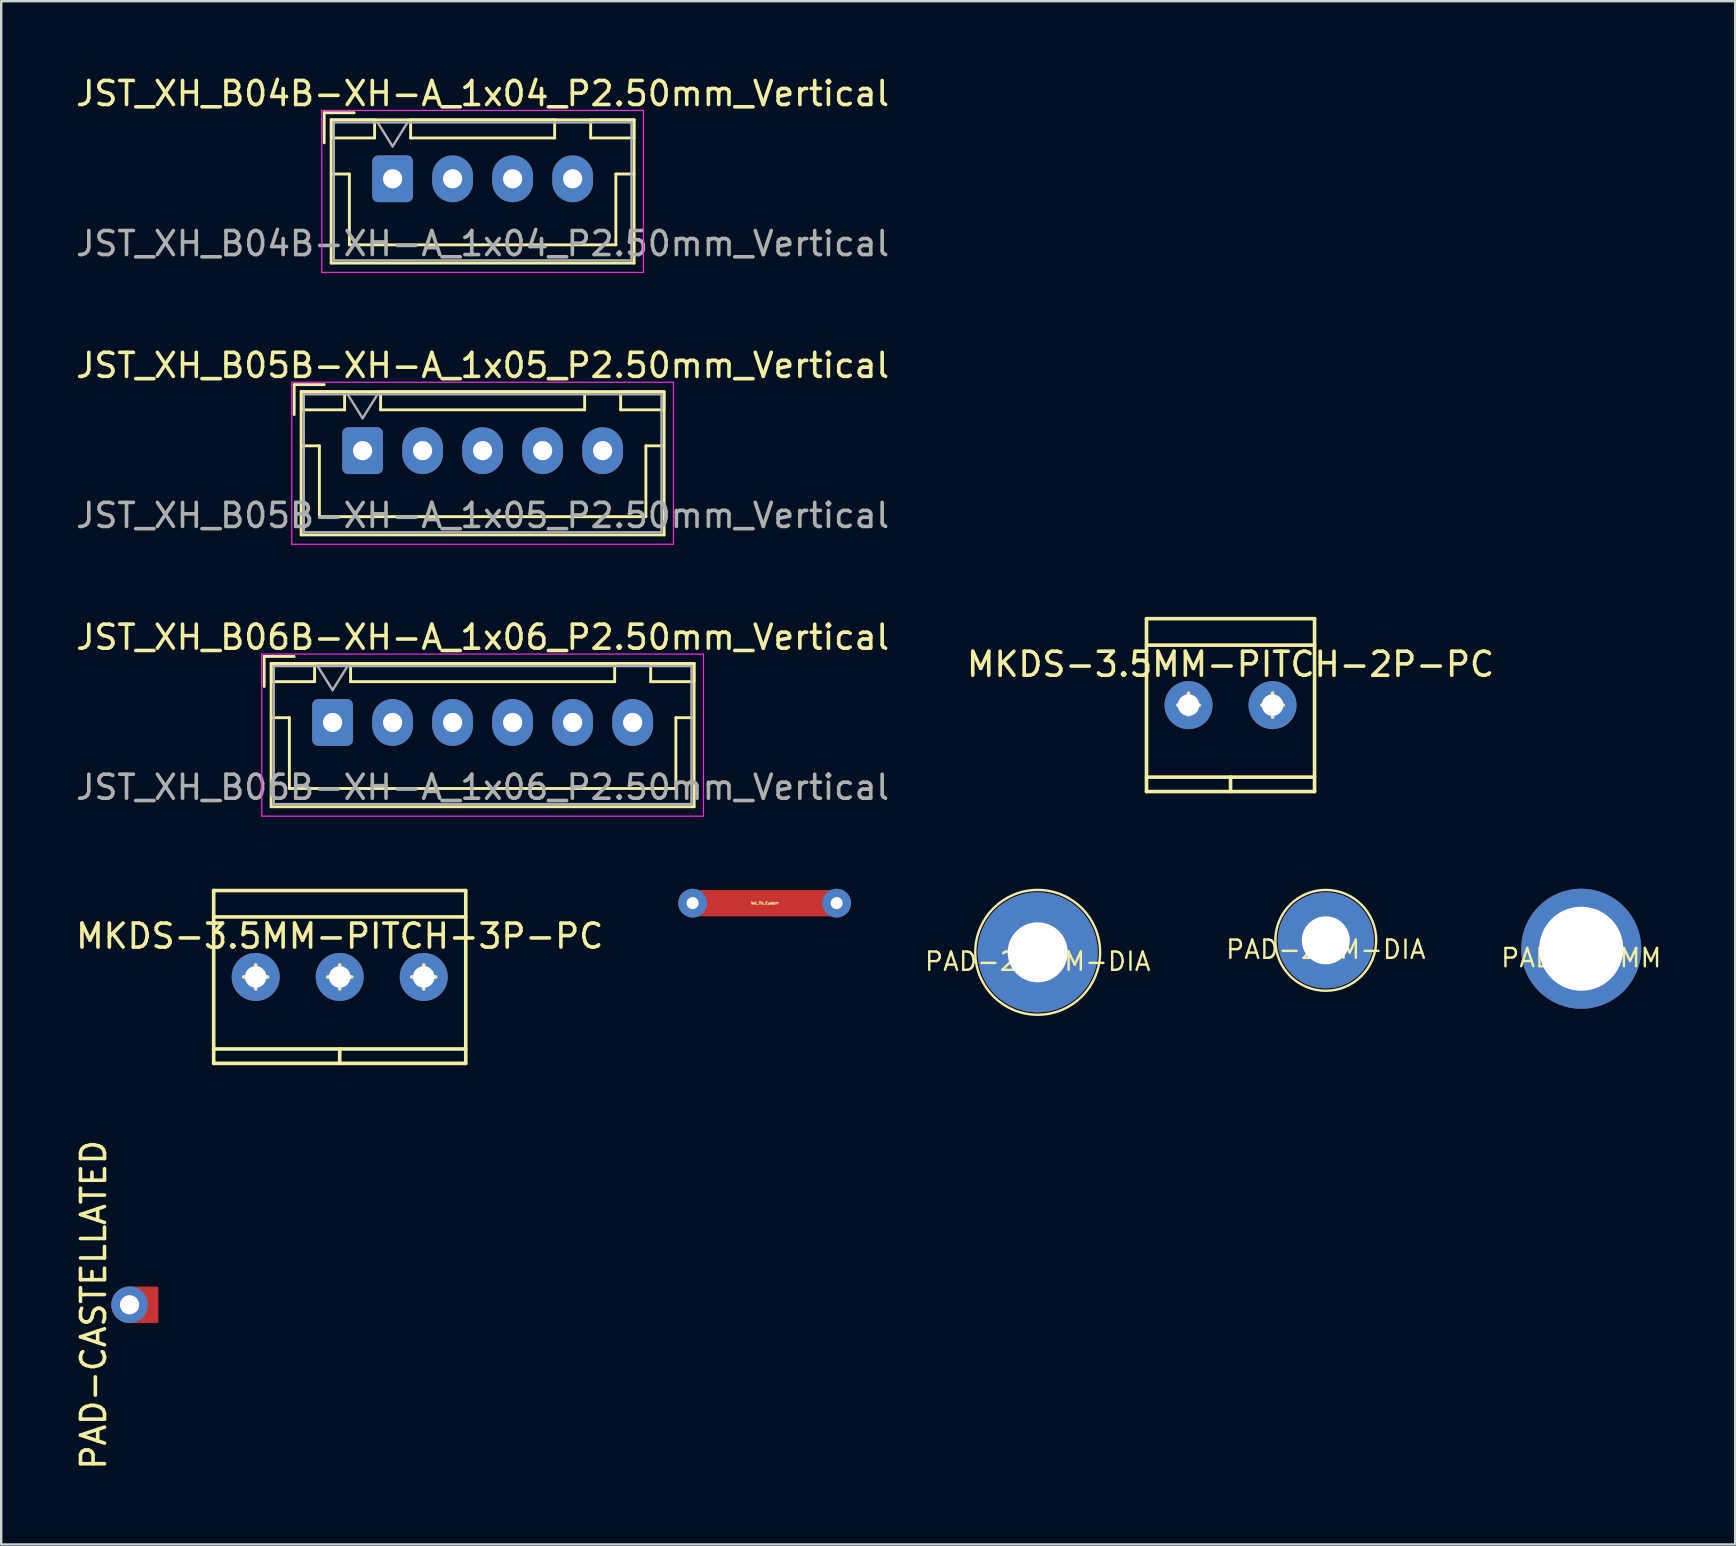
<source format=kicad_pcb>
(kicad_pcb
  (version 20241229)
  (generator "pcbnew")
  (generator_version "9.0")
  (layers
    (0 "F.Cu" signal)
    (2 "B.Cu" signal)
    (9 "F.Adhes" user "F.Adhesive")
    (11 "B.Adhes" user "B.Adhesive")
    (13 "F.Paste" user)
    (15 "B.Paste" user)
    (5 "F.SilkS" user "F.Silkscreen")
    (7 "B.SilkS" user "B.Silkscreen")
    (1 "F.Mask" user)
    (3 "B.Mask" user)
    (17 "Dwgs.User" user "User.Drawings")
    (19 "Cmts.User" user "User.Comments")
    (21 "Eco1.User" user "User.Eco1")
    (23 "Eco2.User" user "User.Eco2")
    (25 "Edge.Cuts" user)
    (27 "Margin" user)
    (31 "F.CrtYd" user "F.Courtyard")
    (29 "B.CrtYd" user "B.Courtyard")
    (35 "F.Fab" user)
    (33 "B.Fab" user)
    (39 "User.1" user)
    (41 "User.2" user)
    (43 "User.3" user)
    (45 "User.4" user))
  (footprint "Net_Tie_Custom"
    (layer "F.Cu")
    (at 28.802 34.57)
    (property "Reference" "Net_Tie_Custom" (at 0 0 0) (layer "F.SilkS") (effects (font (size 0.1 0.1) (thickness 0.025))))
    (attr through_hole)
    (fp_poly (pts (xy 3 0.5) (xy -3 0.5) (xy -3 -0.5) (xy 3 -0.5)) (stroke (width 0.1) (type solid)) (fill yes) (layer "F.Cu"))
    (pad "1" thru_hole circle (at -3 0) (size 1.2 1.2) (drill 0.5) (layers "*.Cu" "*.Mask"))
    (pad "2" thru_hole circle (at 3 0) (size 1.2 1.2) (drill 0.5) (layers "*.Cu" "*.Mask")))
  (footprint "PAD-3.5MM"
    (layer "F.Cu")
    (at 62.817 36.47)
    (property "Reference" "PAD-3.5MM" (at 0 0.381 0) (layer "F.SilkS") (effects (font (size 0.762 0.762) (thickness 0.1))))
    (attr through_hole)
    (pad "1" thru_hole circle (at 0 0) (size 5 5) (drill 3.5) (layers "*.Cu" "*.Mask")))
  (footprint "MKDS-3.5MM-PITCH-3P-PC"
    (layer "F.Cu")
    (at 11.101 37.645)
    (property "Reference" "MKDS-3.5MM-PITCH-3P-PC" (at 0 -1.7 0) (layer "F.SilkS") (effects (font (size 1 1) (thickness 0.15))))
    (attr through_hole)
    (fp_line (start -5.25 -3.6) (end 5.25 -3.6) (stroke (width 0.15) (type solid)) (layer "F.SilkS"))
    (fp_line (start -5.25 -2.5) (end 5.25 -2.5) (stroke (width 0.15) (type solid)) (layer "F.SilkS"))
    (fp_line (start -5.25 3) (end 5.25 3) (stroke (width 0.15) (type solid)) (layer "F.SilkS"))
    (fp_line (start -5.25 3.6) (end -5.25 -3.6) (stroke (width 0.15) (type solid)) (layer "F.SilkS"))
    (fp_line (start -4 0) (end -3 0) (stroke (width 0.15) (type solid)) (layer "F.SilkS"))
    (fp_line (start -3.5 -0.5) (end -3.5 0.5) (stroke (width 0.15) (type solid)) (layer "F.SilkS"))
    (fp_line (start -0.5 0) (end 0.5 0) (stroke (width 0.15) (type solid)) (layer "F.SilkS"))
    (fp_line (start 0 -0.5) (end 0 0.5) (stroke (width 0.15) (type solid)) (layer "F.SilkS"))
    (fp_line (start 0 3) (end 0 3.6) (stroke (width 0.15) (type solid)) (layer "F.SilkS"))
    (fp_line (start 3 0) (end 4 0) (stroke (width 0.15) (type solid)) (layer "F.SilkS"))
    (fp_line (start 3.5 -0.5) (end 3.5 0.5) (stroke (width 0.15) (type solid)) (layer "F.SilkS"))
    (fp_line (start 5.25 -3.6) (end 5.25 3.6) (stroke (width 0.15) (type solid)) (layer "F.SilkS"))
    (fp_line (start 5.25 3.6) (end -5.25 3.6) (stroke (width 0.15) (type solid)) (layer "F.SilkS"))
    (pad "1" thru_hole circle (at -3.5 0) (size 2 2) (drill 0.9) (layers "*.Cu" "*.Mask"))
    (pad "2" thru_hole circle (at 0 0) (size 2 2) (drill 0.9) (layers "*.Cu" "*.Mask"))
    (pad "3" thru_hole circle (at 3.5 0) (size 2 2) (drill 0.9) (layers "*.Cu" "*.Mask")))
  (footprint "PAD-2.5MM-DIA"
    (layer "F.Cu")
    (at 40.175 36.62)
    (property "Reference" "PAD-2.5MM-DIA" (at 0 0.381 0) (layer "F.SilkS") (effects (font (size 0.762 0.762) (thickness 0.1))))
    (attr through_hole)
    (fp_circle (center 0 0) (end 2.6 0) (stroke (width 0.1) (type solid)) (fill no) (layer "F.SilkS"))
    (pad "" thru_hole circle (at 0 0) (size 5 5) (drill 2.5) (layers "*.Cu" "*.Mask")))
  (footprint "MKDS-3.5MM-PITCH-2P-PC"
    (layer "F.Cu")
    (at 48.208 26.322)
    (property "Reference" "MKDS-3.5MM-PITCH-2P-PC" (at 0 -1.7 0) (layer "F.SilkS") (effects (font (size 1 1) (thickness 0.15))))
    (attr through_hole)
    (fp_line (start -3.5 -3.6) (end 3.5 -3.6) (stroke (width 0.15) (type solid)) (layer "F.SilkS"))
    (fp_line (start -3.5 -2.5) (end 3.5 -2.5) (stroke (width 0.15) (type solid)) (layer "F.SilkS"))
    (fp_line (start -3.5 3.6) (end -3.5 -3.6) (stroke (width 0.15) (type solid)) (layer "F.SilkS"))
    (fp_line (start -2.2 0) (end -1.3 0) (stroke (width 0.15) (type solid)) (layer "F.SilkS"))
    (fp_line (start -1.75 -0.5) (end -1.75 0.4) (stroke (width 0.15) (type solid)) (layer "F.SilkS"))
    (fp_line (start 0 3) (end 0 3.6) (stroke (width 0.15) (type solid)) (layer "F.SilkS"))
    (fp_line (start 1.3 0) (end 2.2 0) (stroke (width 0.15) (type solid)) (layer "F.SilkS"))
    (fp_line (start 1.75 -0.5) (end 1.75 0.5) (stroke (width 0.15) (type solid)) (layer "F.SilkS"))
    (fp_line (start 3.5 -3.6) (end 3.5 3.6) (stroke (width 0.15) (type solid)) (layer "F.SilkS"))
    (fp_line (start 3.5 3) (end -3.5 3) (stroke (width 0.15) (type solid)) (layer "F.SilkS"))
    (fp_line (start 3.5 3.6) (end -3.5 3.6) (stroke (width 0.15) (type solid)) (layer "F.SilkS"))
    (pad "1" thru_hole circle (at -1.75 0) (size 2 2) (drill 0.9) (layers "*.Cu" "*.Mask"))
    (pad "2" thru_hole circle (at 1.75 0) (size 2 2) (drill 0.9) (layers "*.Cu" "*.Mask")))
  (footprint "JST_XH_B06B-XH-A_1x06_P2.50mm_Vertical"
    (layer "F.Cu")
    (at 10.804 27.045)
    (property "Reference" "JST_XH_B06B-XH-A_1x06_P2.50mm_Vertical" (at 6.25 -3.55 0) (layer "F.SilkS") (effects (font (size 1 1) (thickness 0.15))))
    (attr through_hole)
    (fp_line (start -2.85 -2.75) (end -2.85 -1.5) (stroke (width 0.12) (type solid)) (layer "F.SilkS"))
    (fp_line (start -2.56 -2.46) (end -2.56 3.51) (stroke (width 0.12) (type solid)) (layer "F.SilkS"))
    (fp_line (start -2.56 3.51) (end 15.06 3.51) (stroke (width 0.12) (type solid)) (layer "F.SilkS"))
    (fp_line (start -2.55 -2.45) (end -2.55 -1.7) (stroke (width 0.12) (type solid)) (layer "F.SilkS"))
    (fp_line (start -2.55 -1.7) (end -0.75 -1.7) (stroke (width 0.12) (type solid)) (layer "F.SilkS"))
    (fp_line (start -2.55 -0.2) (end -1.8 -0.2) (stroke (width 0.12) (type solid)) (layer "F.SilkS"))
    (fp_line (start -1.8 -0.2) (end -1.8 2.75) (stroke (width 0.12) (type solid)) (layer "F.SilkS"))
    (fp_line (start -1.8 2.75) (end 6.25 2.75) (stroke (width 0.12) (type solid)) (layer "F.SilkS"))
    (fp_line (start -1.6 -2.75) (end -2.85 -2.75) (stroke (width 0.12) (type solid)) (layer "F.SilkS"))
    (fp_line (start -0.75 -2.45) (end -2.55 -2.45) (stroke (width 0.12) (type solid)) (layer "F.SilkS"))
    (fp_line (start -0.75 -1.7) (end -0.75 -2.45) (stroke (width 0.12) (type solid)) (layer "F.SilkS"))
    (fp_line (start 0.75 -2.45) (end 0.75 -1.7) (stroke (width 0.12) (type solid)) (layer "F.SilkS"))
    (fp_line (start 0.75 -1.7) (end 11.75 -1.7) (stroke (width 0.12) (type solid)) (layer "F.SilkS"))
    (fp_line (start 11.75 -2.45) (end 0.75 -2.45) (stroke (width 0.12) (type solid)) (layer "F.SilkS"))
    (fp_line (start 11.75 -1.7) (end 11.75 -2.45) (stroke (width 0.12) (type solid)) (layer "F.SilkS"))
    (fp_line (start 13.25 -2.45) (end 13.25 -1.7) (stroke (width 0.12) (type solid)) (layer "F.SilkS"))
    (fp_line (start 13.25 -1.7) (end 15.05 -1.7) (stroke (width 0.12) (type solid)) (layer "F.SilkS"))
    (fp_line (start 14.3 -0.2) (end 14.3 2.75) (stroke (width 0.12) (type solid)) (layer "F.SilkS"))
    (fp_line (start 14.3 2.75) (end 6.25 2.75) (stroke (width 0.12) (type solid)) (layer "F.SilkS"))
    (fp_line (start 15.05 -2.45) (end 13.25 -2.45) (stroke (width 0.12) (type solid)) (layer "F.SilkS"))
    (fp_line (start 15.05 -1.7) (end 15.05 -2.45) (stroke (width 0.12) (type solid)) (layer "F.SilkS"))
    (fp_line (start 15.05 -0.2) (end 14.3 -0.2) (stroke (width 0.12) (type solid)) (layer "F.SilkS"))
    (fp_line (start 15.06 -2.46) (end -2.56 -2.46) (stroke (width 0.12) (type solid)) (layer "F.SilkS"))
    (fp_line (start 15.06 3.51) (end 15.06 -2.46) (stroke (width 0.12) (type solid)) (layer "F.SilkS"))
    (fp_line (start -2.95 -2.85) (end -2.95 3.9) (stroke (width 0.05) (type solid)) (layer "F.CrtYd"))
    (fp_line (start -2.95 3.9) (end 15.45 3.9) (stroke (width 0.05) (type solid)) (layer "F.CrtYd"))
    (fp_line (start 15.45 -2.85) (end -2.95 -2.85) (stroke (width 0.05) (type solid)) (layer "F.CrtYd"))
    (fp_line (start 15.45 3.9) (end 15.45 -2.85) (stroke (width 0.05) (type solid)) (layer "F.CrtYd"))
    (fp_line (start -2.45 -2.35) (end -2.45 3.4) (stroke (width 0.1) (type solid)) (layer "F.Fab"))
    (fp_line (start -2.45 3.4) (end 14.95 3.4) (stroke (width 0.1) (type solid)) (layer "F.Fab"))
    (fp_line (start -0.625 -2.35) (end 0 -1.35) (stroke (width 0.1) (type solid)) (layer "F.Fab"))
    (fp_line (start 0 -1.35) (end 0.625 -2.35) (stroke (width 0.1) (type solid)) (layer "F.Fab"))
    (fp_line (start 14.95 -2.35) (end -2.45 -2.35) (stroke (width 0.1) (type solid)) (layer "F.Fab"))
    (fp_line (start 14.95 3.4) (end 14.95 -2.35) (stroke (width 0.1) (type solid)) (layer "F.Fab"))
    (fp_text user "${REFERENCE}" (at 6.25 2.7 0) (layer "F.Fab") (effects (font (size 1 1) (thickness 0.15))))
    (pad "1" thru_hole roundrect (at 0 0) (size 1.7 1.95) (drill 0.8) (layers "*.Cu" "*.Mask") (roundrect_rratio 0.147))
    (pad "2" thru_hole oval (at 2.5 0) (size 1.7 1.95) (drill 0.8) (layers "*.Cu" "*.Mask"))
    (pad "3" thru_hole oval (at 5 0) (size 1.7 1.95) (drill 0.8) (layers "*.Cu" "*.Mask"))
    (pad "4" thru_hole oval (at 7.5 0) (size 1.7 1.95) (drill 0.8) (layers "*.Cu" "*.Mask"))
    (pad "5" thru_hole oval (at 10 0) (size 1.7 1.95) (drill 0.8) (layers "*.Cu" "*.Mask"))
    (pad "6" thru_hole oval (at 12.5 0) (size 1.7 1.95) (drill 0.8) (layers "*.Cu" "*.Mask")))
  (footprint "PAD-2MM-DIA"
    (layer "F.Cu")
    (at 52.176 36.12)
    (property "Reference" "PAD-2MM-DIA" (at 0 0.381 0) (layer "F.SilkS") (effects (font (size 0.762 0.762) (thickness 0.1))))
    (attr through_hole)
    (fp_circle (center 0 0) (end 2.1 0) (stroke (width 0.1) (type solid)) (fill no) (layer "F.SilkS"))
    (pad "" thru_hole circle (at 0 0) (size 4 4) (drill 2) (layers "*.Cu" "*.Mask")))
  (footprint "JST_XH_B05B-XH-A_1x05_P2.50mm_Vertical"
    (layer "F.Cu")
    (at 12.054 15.722)
    (property "Reference" "JST_XH_B05B-XH-A_1x05_P2.50mm_Vertical" (at 5 -3.55 0) (layer "F.SilkS") (effects (font (size 1 1) (thickness 0.15))))
    (attr through_hole)
    (fp_line (start -2.85 -2.75) (end -2.85 -1.5) (stroke (width 0.12) (type solid)) (layer "F.SilkS"))
    (fp_line (start -2.56 -2.46) (end -2.56 3.51) (stroke (width 0.12) (type solid)) (layer "F.SilkS"))
    (fp_line (start -2.56 3.51) (end 12.56 3.51) (stroke (width 0.12) (type solid)) (layer "F.SilkS"))
    (fp_line (start -2.55 -2.45) (end -2.55 -1.7) (stroke (width 0.12) (type solid)) (layer "F.SilkS"))
    (fp_line (start -2.55 -1.7) (end -0.75 -1.7) (stroke (width 0.12) (type solid)) (layer "F.SilkS"))
    (fp_line (start -2.55 -0.2) (end -1.8 -0.2) (stroke (width 0.12) (type solid)) (layer "F.SilkS"))
    (fp_line (start -1.8 -0.2) (end -1.8 2.75) (stroke (width 0.12) (type solid)) (layer "F.SilkS"))
    (fp_line (start -1.8 2.75) (end 5 2.75) (stroke (width 0.12) (type solid)) (layer "F.SilkS"))
    (fp_line (start -1.6 -2.75) (end -2.85 -2.75) (stroke (width 0.12) (type solid)) (layer "F.SilkS"))
    (fp_line (start -0.75 -2.45) (end -2.55 -2.45) (stroke (width 0.12) (type solid)) (layer "F.SilkS"))
    (fp_line (start -0.75 -1.7) (end -0.75 -2.45) (stroke (width 0.12) (type solid)) (layer "F.SilkS"))
    (fp_line (start 0.75 -2.45) (end 0.75 -1.7) (stroke (width 0.12) (type solid)) (layer "F.SilkS"))
    (fp_line (start 0.75 -1.7) (end 9.25 -1.7) (stroke (width 0.12) (type solid)) (layer "F.SilkS"))
    (fp_line (start 9.25 -2.45) (end 0.75 -2.45) (stroke (width 0.12) (type solid)) (layer "F.SilkS"))
    (fp_line (start 9.25 -1.7) (end 9.25 -2.45) (stroke (width 0.12) (type solid)) (layer "F.SilkS"))
    (fp_line (start 10.75 -2.45) (end 10.75 -1.7) (stroke (width 0.12) (type solid)) (layer "F.SilkS"))
    (fp_line (start 10.75 -1.7) (end 12.55 -1.7) (stroke (width 0.12) (type solid)) (layer "F.SilkS"))
    (fp_line (start 11.8 -0.2) (end 11.8 2.75) (stroke (width 0.12) (type solid)) (layer "F.SilkS"))
    (fp_line (start 11.8 2.75) (end 5 2.75) (stroke (width 0.12) (type solid)) (layer "F.SilkS"))
    (fp_line (start 12.55 -2.45) (end 10.75 -2.45) (stroke (width 0.12) (type solid)) (layer "F.SilkS"))
    (fp_line (start 12.55 -1.7) (end 12.55 -2.45) (stroke (width 0.12) (type solid)) (layer "F.SilkS"))
    (fp_line (start 12.55 -0.2) (end 11.8 -0.2) (stroke (width 0.12) (type solid)) (layer "F.SilkS"))
    (fp_line (start 12.56 -2.46) (end -2.56 -2.46) (stroke (width 0.12) (type solid)) (layer "F.SilkS"))
    (fp_line (start 12.56 3.51) (end 12.56 -2.46) (stroke (width 0.12) (type solid)) (layer "F.SilkS"))
    (fp_line (start -2.95 -2.85) (end -2.95 3.9) (stroke (width 0.05) (type solid)) (layer "F.CrtYd"))
    (fp_line (start -2.95 3.9) (end 12.95 3.9) (stroke (width 0.05) (type solid)) (layer "F.CrtYd"))
    (fp_line (start 12.95 -2.85) (end -2.95 -2.85) (stroke (width 0.05) (type solid)) (layer "F.CrtYd"))
    (fp_line (start 12.95 3.9) (end 12.95 -2.85) (stroke (width 0.05) (type solid)) (layer "F.CrtYd"))
    (fp_line (start -2.45 -2.35) (end -2.45 3.4) (stroke (width 0.1) (type solid)) (layer "F.Fab"))
    (fp_line (start -2.45 3.4) (end 12.45 3.4) (stroke (width 0.1) (type solid)) (layer "F.Fab"))
    (fp_line (start -0.625 -2.35) (end 0 -1.35) (stroke (width 0.1) (type solid)) (layer "F.Fab"))
    (fp_line (start 0 -1.35) (end 0.625 -2.35) (stroke (width 0.1) (type solid)) (layer "F.Fab"))
    (fp_line (start 12.45 -2.35) (end -2.45 -2.35) (stroke (width 0.1) (type solid)) (layer "F.Fab"))
    (fp_line (start 12.45 3.4) (end 12.45 -2.35) (stroke (width 0.1) (type solid)) (layer "F.Fab"))
    (fp_text user "${REFERENCE}" (at 5 2.7 0) (layer "F.Fab") (effects (font (size 1 1) (thickness 0.15))))
    (pad "1" thru_hole roundrect (at 0 0) (size 1.7 1.95) (drill 0.8) (layers "*.Cu" "*.Mask") (roundrect_rratio 0.147))
    (pad "2" thru_hole oval (at 2.5 0) (size 1.7 1.95) (drill 0.8) (layers "*.Cu" "*.Mask"))
    (pad "3" thru_hole oval (at 5 0) (size 1.7 1.95) (drill 0.8) (layers "*.Cu" "*.Mask"))
    (pad "4" thru_hole oval (at 7.5 0) (size 1.7 1.95) (drill 0.8) (layers "*.Cu" "*.Mask"))
    (pad "5" thru_hole oval (at 10 0) (size 1.7 1.95) (drill 0.8) (layers "*.Cu" "*.Mask")))
  (footprint "JST_XH_B04B-XH-A_1x04_P2.50mm_Vertical"
    (layer "F.Cu")
    (at 13.304 4.398)
    (property "Reference" "JST_XH_B04B-XH-A_1x04_P2.50mm_Vertical" (at 3.75 -3.55 0) (layer "F.SilkS") (effects (font (size 1 1) (thickness 0.15))))
    (attr through_hole)
    (fp_line (start -2.85 -2.75) (end -2.85 -1.5) (stroke (width 0.12) (type solid)) (layer "F.SilkS"))
    (fp_line (start -2.56 -2.46) (end -2.56 3.51) (stroke (width 0.12) (type solid)) (layer "F.SilkS"))
    (fp_line (start -2.56 3.51) (end 10.06 3.51) (stroke (width 0.12) (type solid)) (layer "F.SilkS"))
    (fp_line (start -2.55 -2.45) (end -2.55 -1.7) (stroke (width 0.12) (type solid)) (layer "F.SilkS"))
    (fp_line (start -2.55 -1.7) (end -0.75 -1.7) (stroke (width 0.12) (type solid)) (layer "F.SilkS"))
    (fp_line (start -2.55 -0.2) (end -1.8 -0.2) (stroke (width 0.12) (type solid)) (layer "F.SilkS"))
    (fp_line (start -1.8 -0.2) (end -1.8 2.75) (stroke (width 0.12) (type solid)) (layer "F.SilkS"))
    (fp_line (start -1.8 2.75) (end 3.75 2.75) (stroke (width 0.12) (type solid)) (layer "F.SilkS"))
    (fp_line (start -1.6 -2.75) (end -2.85 -2.75) (stroke (width 0.12) (type solid)) (layer "F.SilkS"))
    (fp_line (start -0.75 -2.45) (end -2.55 -2.45) (stroke (width 0.12) (type solid)) (layer "F.SilkS"))
    (fp_line (start -0.75 -1.7) (end -0.75 -2.45) (stroke (width 0.12) (type solid)) (layer "F.SilkS"))
    (fp_line (start 0.75 -2.45) (end 0.75 -1.7) (stroke (width 0.12) (type solid)) (layer "F.SilkS"))
    (fp_line (start 0.75 -1.7) (end 6.75 -1.7) (stroke (width 0.12) (type solid)) (layer "F.SilkS"))
    (fp_line (start 6.75 -2.45) (end 0.75 -2.45) (stroke (width 0.12) (type solid)) (layer "F.SilkS"))
    (fp_line (start 6.75 -1.7) (end 6.75 -2.45) (stroke (width 0.12) (type solid)) (layer "F.SilkS"))
    (fp_line (start 8.25 -2.45) (end 8.25 -1.7) (stroke (width 0.12) (type solid)) (layer "F.SilkS"))
    (fp_line (start 8.25 -1.7) (end 10.05 -1.7) (stroke (width 0.12) (type solid)) (layer "F.SilkS"))
    (fp_line (start 9.3 -0.2) (end 9.3 2.75) (stroke (width 0.12) (type solid)) (layer "F.SilkS"))
    (fp_line (start 9.3 2.75) (end 3.75 2.75) (stroke (width 0.12) (type solid)) (layer "F.SilkS"))
    (fp_line (start 10.05 -2.45) (end 8.25 -2.45) (stroke (width 0.12) (type solid)) (layer "F.SilkS"))
    (fp_line (start 10.05 -1.7) (end 10.05 -2.45) (stroke (width 0.12) (type solid)) (layer "F.SilkS"))
    (fp_line (start 10.05 -0.2) (end 9.3 -0.2) (stroke (width 0.12) (type solid)) (layer "F.SilkS"))
    (fp_line (start 10.06 -2.46) (end -2.56 -2.46) (stroke (width 0.12) (type solid)) (layer "F.SilkS"))
    (fp_line (start 10.06 3.51) (end 10.06 -2.46) (stroke (width 0.12) (type solid)) (layer "F.SilkS"))
    (fp_line (start -2.95 -2.85) (end -2.95 3.9) (stroke (width 0.05) (type solid)) (layer "F.CrtYd"))
    (fp_line (start -2.95 3.9) (end 10.45 3.9) (stroke (width 0.05) (type solid)) (layer "F.CrtYd"))
    (fp_line (start 10.45 -2.85) (end -2.95 -2.85) (stroke (width 0.05) (type solid)) (layer "F.CrtYd"))
    (fp_line (start 10.45 3.9) (end 10.45 -2.85) (stroke (width 0.05) (type solid)) (layer "F.CrtYd"))
    (fp_line (start -2.45 -2.35) (end -2.45 3.4) (stroke (width 0.1) (type solid)) (layer "F.Fab"))
    (fp_line (start -2.45 3.4) (end 9.95 3.4) (stroke (width 0.1) (type solid)) (layer "F.Fab"))
    (fp_line (start -0.625 -2.35) (end 0 -1.35) (stroke (width 0.1) (type solid)) (layer "F.Fab"))
    (fp_line (start 0 -1.35) (end 0.625 -2.35) (stroke (width 0.1) (type solid)) (layer "F.Fab"))
    (fp_line (start 9.95 -2.35) (end -2.45 -2.35) (stroke (width 0.1) (type solid)) (layer "F.Fab"))
    (fp_line (start 9.95 3.4) (end 9.95 -2.35) (stroke (width 0.1) (type solid)) (layer "F.Fab"))
    (fp_text user "${REFERENCE}" (at 3.75 2.7 0) (layer "F.Fab") (effects (font (size 1 1) (thickness 0.15))))
    (pad "1" thru_hole roundrect (at 0 0) (size 1.7 1.95) (drill 0.8) (layers "*.Cu" "*.Mask") (roundrect_rratio 0.147))
    (pad "2" thru_hole oval (at 2.5 0) (size 1.7 1.95) (drill 0.8) (layers "*.Cu" "*.Mask"))
    (pad "3" thru_hole oval (at 5 0) (size 1.7 1.95) (drill 0.8) (layers "*.Cu" "*.Mask"))
    (pad "4" thru_hole oval (at 7.5 0) (size 1.7 1.95) (drill 0.8) (layers "*.Cu" "*.Mask")))
  (footprint "PAD-CASTELLATED"
    (layer "F.Cu")
    (at 2.348 51.302)
    (property "Reference" "PAD-CASTELLATED" (at -1.5 0 90) (layer "F.SilkS") (effects (font (size 1 1) (thickness 0.15))))
    (attr through_hole)
    (pad "1" thru_hole circle (at 0 0) (size 1.524 1.524) (drill 0.8) (layers "*.Cu" "*.Mask"))
    (pad "1" smd roundrect (at 0.6 0) (size 1.2 1.524) (layers "F.Cu" "F.Mask") (roundrect_rratio 0.05)))
  (gr_rect
    (start -3 -3)
    (end 69.229 61.284)
    (stroke (width 0.1) (type default))
    (fill no)
    (layer "Edge.Cuts")))
</source>
